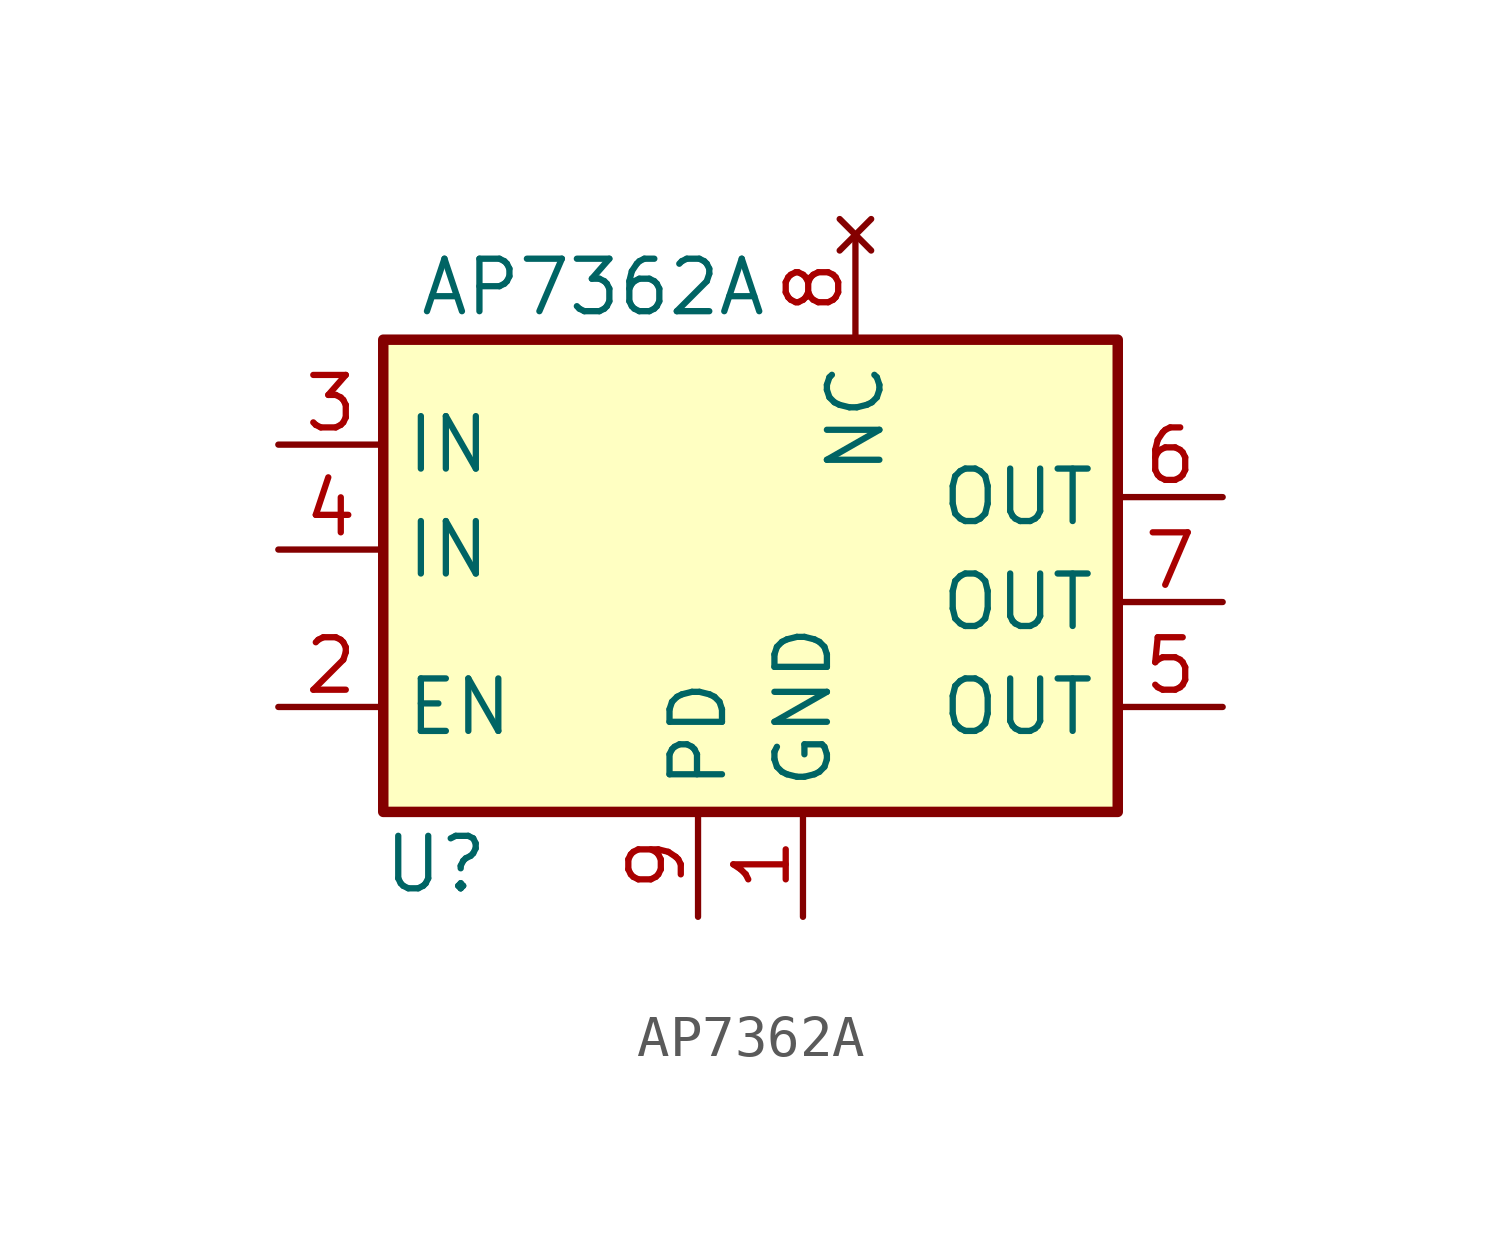
<source format=kicad_sym>
(kicad_symbol_lib
  (version 20211014)
  (generator kicad_symbol_editor)
  (symbol "AP7362A"
    (property "Reference" "U"
      (at -7.62 -7.62 0)
      (effects (font (size 1.27 1.27))))
    (property "Value" "AP7362A"
      (at -3.81 6.35 0)
      (effects (font (size 1.27 1.27))))
    (symbol "AP7362A_0_1"
      (rectangle (start -8.89 5.08) (end 8.89 -6.35) (stroke (width 0.254) (type default) (color 0 0 0 0)) (fill (type background))))
    (symbol "AP7362A_1_1"
      (pin input line (at 1.27 -8.89 90) (length 2.54) (name "GND" (effects (font (size 1.27 1.27)))) (number "1" (effects (font (size 1.27 1.27)))))
      (pin input line (at -11.43 -3.81 0) (length 2.54) (name "EN" (effects (font (size 1.27 1.27)))) (number "2" (effects (font (size 1.27 1.27)))))
      (pin power_in line (at -11.43 2.54 0) (length 2.54) (name "IN" (effects (font (size 1.27 1.27)))) (number "3" (effects (font (size 1.27 1.27)))))
      (pin power_in line (at -11.43 0 0) (length 2.54) (name "IN" (effects (font (size 1.27 1.27)))) (number "4" (effects (font (size 1.27 1.27)))))
      (pin power_out line (at 11.43 -3.81 180) (length 2.54) (name "OUT" (effects (font (size 1.27 1.27)))) (number "5" (effects (font (size 1.27 1.27)))))
      (pin power_out line (at 11.43 1.27 180) (length 2.54) (name "OUT" (effects (font (size 1.27 1.27)))) (number "6" (effects (font (size 1.27 1.27)))))
      (pin power_out line (at 11.43 -1.27 180) (length 2.54) (name "OUT" (effects (font (size 1.27 1.27)))) (number "7" (effects (font (size 1.27 1.27)))))
      (pin no_connect line (at 2.54 7.62 270) (length 2.54) (name "NC" (effects (font (size 1.27 1.27)))) (number "8" (effects (font (size 1.27 1.27)))))
      (pin input line (at -1.27 -8.89 90) (length 2.54) (name "PD" (effects (font (size 1.27 1.27)))) (number "9" (effects (font (size 1.27 1.27))))))))
</source>
